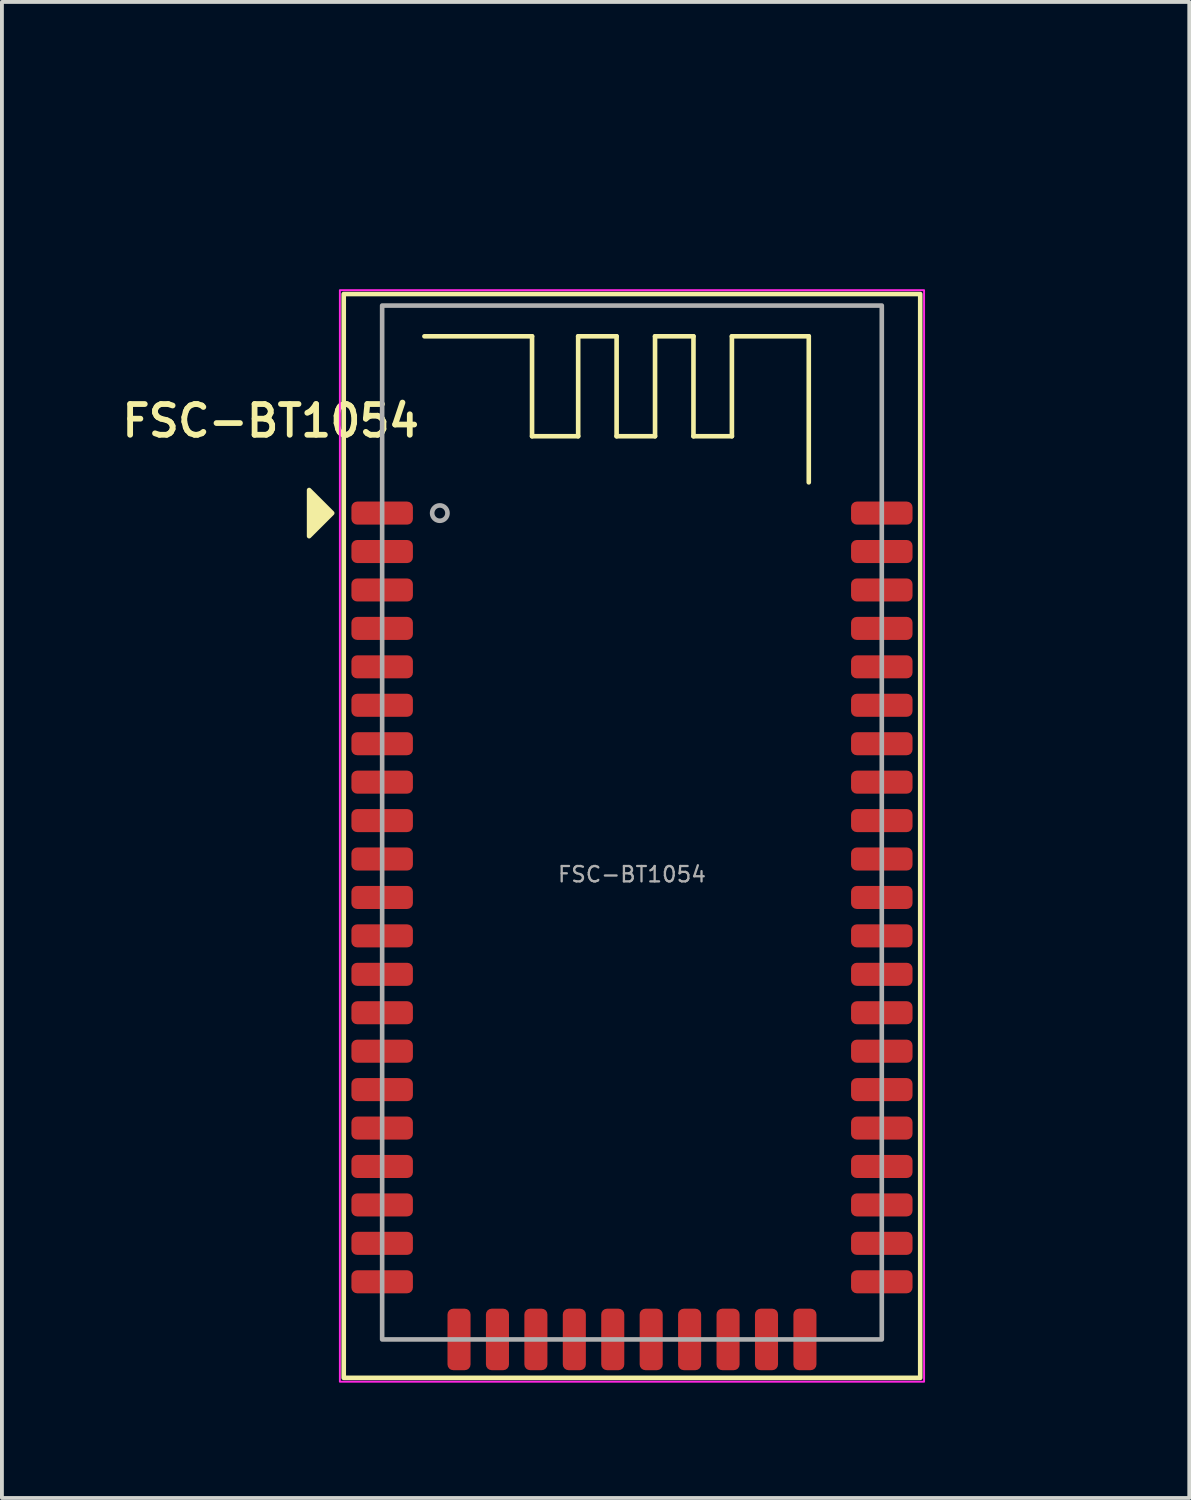
<source format=kicad_pcb>
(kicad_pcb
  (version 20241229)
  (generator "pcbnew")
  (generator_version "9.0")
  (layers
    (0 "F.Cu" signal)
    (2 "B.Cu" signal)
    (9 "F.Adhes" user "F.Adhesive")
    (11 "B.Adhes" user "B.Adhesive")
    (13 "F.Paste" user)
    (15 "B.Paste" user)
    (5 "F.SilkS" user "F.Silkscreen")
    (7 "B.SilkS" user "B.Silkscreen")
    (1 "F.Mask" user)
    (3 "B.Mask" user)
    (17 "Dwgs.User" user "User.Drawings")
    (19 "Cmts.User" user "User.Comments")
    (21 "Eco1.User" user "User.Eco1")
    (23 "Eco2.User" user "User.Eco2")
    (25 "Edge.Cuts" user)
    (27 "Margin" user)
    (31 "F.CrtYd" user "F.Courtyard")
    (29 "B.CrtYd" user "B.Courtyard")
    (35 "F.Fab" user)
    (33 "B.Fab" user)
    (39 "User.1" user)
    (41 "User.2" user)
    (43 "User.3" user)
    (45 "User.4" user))
  (footprint "FSC-BT1054"
    (layer "F.Cu")
    (at 13.393 19.3)
    (property "Reference" "FSC-BT1054" (at -9.4 -11.4 0) (unlocked yes) (layer "F.SilkS") (effects (font (size 0.8 0.8) (thickness 0.15))))
    (attr smd)
    (fp_line (start -2.6 -13.6) (end -5.4 -13.6) (stroke (width 0.12) (type default)) (layer "F.SilkS"))
    (fp_line (start -2.6 -11) (end -2.6 -13.6) (stroke (width 0.12) (type default)) (layer "F.SilkS"))
    (fp_line (start -1.4 -13.6) (end -1.4 -11) (stroke (width 0.12) (type default)) (layer "F.SilkS"))
    (fp_line (start -1.4 -11) (end -2.6 -11) (stroke (width 0.12) (type default)) (layer "F.SilkS"))
    (fp_line (start -0.4 -13.6) (end -1.4 -13.6) (stroke (width 0.12) (type default)) (layer "F.SilkS"))
    (fp_line (start -0.4 -11) (end -0.4 -13.6) (stroke (width 0.12) (type default)) (layer "F.SilkS"))
    (fp_line (start 0.6 -13.6) (end 0.6 -11) (stroke (width 0.12) (type default)) (layer "F.SilkS"))
    (fp_line (start 0.6 -11) (end -0.4 -11) (stroke (width 0.12) (type default)) (layer "F.SilkS"))
    (fp_line (start 1.6 -13.6) (end 0.6 -13.6) (stroke (width 0.12) (type default)) (layer "F.SilkS"))
    (fp_line (start 1.6 -11) (end 1.6 -13.6) (stroke (width 0.12) (type default)) (layer "F.SilkS"))
    (fp_line (start 2.6 -13.6) (end 2.6 -11) (stroke (width 0.12) (type default)) (layer "F.SilkS"))
    (fp_line (start 2.6 -11) (end 1.6 -11) (stroke (width 0.12) (type default)) (layer "F.SilkS"))
    (fp_line (start 4.6 -13.6) (end 2.6 -13.6) (stroke (width 0.12) (type default)) (layer "F.SilkS"))
    (fp_line (start 4.6 -9.8) (end 4.6 -13.6) (stroke (width 0.12) (type default)) (layer "F.SilkS"))
    (fp_rect (start -7.5 -14.7) (end 7.5 13.5) (stroke (width 0.12) (type default)) (fill no) (layer "F.SilkS"))
    (fp_poly (pts (xy -7.8 -9) (xy -8.4 -9.6) (xy -8.4 -8.4)) (stroke (width 0.12) (type solid)) (fill yes) (layer "F.SilkS"))
    (fp_rect (start -7.6 -14.8) (end 7.6 13.6) (stroke (width 0.05) (type default)) (fill no) (layer "F.CrtYd"))
    (fp_rect (start -6.5 -14.4) (end 6.5 12.5) (stroke (width 0.12) (type default)) (fill no) (layer "F.Fab"))
    (fp_circle (center -5 -9) (end -4.8 -9) (stroke (width 0.12) (type solid)) (fill no) (layer "F.Fab"))
    (fp_text user "${REFERENCE}" (at 0 0.4 0) (unlocked yes) (layer "F.Fab") (effects (font (size 0.4 0.4) (thickness 0.06))))
    (pad "1" smd roundrect (at -6.5 -9) (size 1.6 0.6) (layers "F.Cu" "F.Mask" "F.Paste") (roundrect_rratio 0.25))
    (pad "2" smd roundrect (at -6.5 -8) (size 1.6 0.6) (layers "F.Cu" "F.Mask" "F.Paste") (roundrect_rratio 0.25))
    (pad "3" smd roundrect (at -6.5 -7) (size 1.6 0.6) (layers "F.Cu" "F.Mask" "F.Paste") (roundrect_rratio 0.25))
    (pad "4" smd roundrect (at -6.5 -6) (size 1.6 0.6) (layers "F.Cu" "F.Mask" "F.Paste") (roundrect_rratio 0.25))
    (pad "5" smd roundrect (at -6.5 -5) (size 1.6 0.6) (layers "F.Cu" "F.Mask" "F.Paste") (roundrect_rratio 0.25))
    (pad "6" smd roundrect (at -6.5 -4) (size 1.6 0.6) (layers "F.Cu" "F.Mask" "F.Paste") (roundrect_rratio 0.25))
    (pad "7" smd roundrect (at -6.5 -3) (size 1.6 0.6) (layers "F.Cu" "F.Mask" "F.Paste") (roundrect_rratio 0.25))
    (pad "8" smd roundrect (at -6.5 -2) (size 1.6 0.6) (layers "F.Cu" "F.Mask" "F.Paste") (roundrect_rratio 0.25))
    (pad "9" smd roundrect (at -6.5 -1) (size 1.6 0.6) (layers "F.Cu" "F.Mask" "F.Paste") (roundrect_rratio 0.25))
    (pad "10" smd roundrect (at -6.5 0) (size 1.6 0.6) (layers "F.Cu" "F.Mask" "F.Paste") (roundrect_rratio 0.25))
    (pad "11" smd roundrect (at -6.5 1) (size 1.6 0.6) (layers "F.Cu" "F.Mask" "F.Paste") (roundrect_rratio 0.25))
    (pad "12" smd roundrect (at -6.5 2) (size 1.6 0.6) (layers "F.Cu" "F.Mask" "F.Paste") (roundrect_rratio 0.25))
    (pad "13" smd roundrect (at -6.5 3) (size 1.6 0.6) (layers "F.Cu" "F.Mask" "F.Paste") (roundrect_rratio 0.25))
    (pad "14" smd roundrect (at -6.5 4) (size 1.6 0.6) (layers "F.Cu" "F.Mask" "F.Paste") (roundrect_rratio 0.25))
    (pad "15" smd roundrect (at -6.5 5) (size 1.6 0.6) (layers "F.Cu" "F.Mask" "F.Paste") (roundrect_rratio 0.25))
    (pad "16" smd roundrect (at -6.5 6) (size 1.6 0.6) (layers "F.Cu" "F.Mask" "F.Paste") (roundrect_rratio 0.25))
    (pad "17" smd roundrect (at -6.5 7) (size 1.6 0.6) (layers "F.Cu" "F.Mask" "F.Paste") (roundrect_rratio 0.25))
    (pad "18" smd roundrect (at -6.5 8) (size 1.6 0.6) (layers "F.Cu" "F.Mask" "F.Paste") (roundrect_rratio 0.25))
    (pad "19" smd roundrect (at -6.5 9) (size 1.6 0.6) (layers "F.Cu" "F.Mask" "F.Paste") (roundrect_rratio 0.25))
    (pad "20" smd roundrect (at -6.5 10) (size 1.6 0.6) (layers "F.Cu" "F.Mask" "F.Paste") (roundrect_rratio 0.25))
    (pad "21" smd roundrect (at -6.5 11) (size 1.6 0.6) (layers "F.Cu" "F.Mask" "F.Paste") (roundrect_rratio 0.25))
    (pad "22" smd roundrect (at -4.5 12.5 90) (size 1.6 0.6) (layers "F.Cu" "F.Mask" "F.Paste") (roundrect_rratio 0.25))
    (pad "23" smd roundrect (at -3.5 12.5 90) (size 1.6 0.6) (layers "F.Cu" "F.Mask" "F.Paste") (roundrect_rratio 0.25))
    (pad "24" smd roundrect (at -2.5 12.5 90) (size 1.6 0.6) (layers "F.Cu" "F.Mask" "F.Paste") (roundrect_rratio 0.25))
    (pad "25" smd roundrect (at -1.5 12.5 90) (size 1.6 0.6) (layers "F.Cu" "F.Mask" "F.Paste") (roundrect_rratio 0.25))
    (pad "26" smd roundrect (at -0.5 12.5 90) (size 1.6 0.6) (layers "F.Cu" "F.Mask" "F.Paste") (roundrect_rratio 0.25))
    (pad "27" smd roundrect (at 0.5 12.5 90) (size 1.6 0.6) (layers "F.Cu" "F.Mask" "F.Paste") (roundrect_rratio 0.25))
    (pad "28" smd roundrect (at 1.5 12.5 90) (size 1.6 0.6) (layers "F.Cu" "F.Mask" "F.Paste") (roundrect_rratio 0.25))
    (pad "29" smd roundrect (at 2.5 12.5 90) (size 1.6 0.6) (layers "F.Cu" "F.Mask" "F.Paste") (roundrect_rratio 0.25))
    (pad "30" smd roundrect (at 3.5 12.5 90) (size 1.6 0.6) (layers "F.Cu" "F.Mask" "F.Paste") (roundrect_rratio 0.25))
    (pad "31" smd roundrect (at 4.5 12.5 90) (size 1.6 0.6) (layers "F.Cu" "F.Mask" "F.Paste") (roundrect_rratio 0.25))
    (pad "32" smd roundrect (at 6.5 11 180) (size 1.6 0.6) (layers "F.Cu" "F.Mask" "F.Paste") (roundrect_rratio 0.25))
    (pad "33" smd roundrect (at 6.5 10 180) (size 1.6 0.6) (layers "F.Cu" "F.Mask" "F.Paste") (roundrect_rratio 0.25))
    (pad "34" smd roundrect (at 6.5 9 180) (size 1.6 0.6) (layers "F.Cu" "F.Mask" "F.Paste") (roundrect_rratio 0.25))
    (pad "35" smd roundrect (at 6.5 8 180) (size 1.6 0.6) (layers "F.Cu" "F.Mask" "F.Paste") (roundrect_rratio 0.25))
    (pad "36" smd roundrect (at 6.5 7 180) (size 1.6 0.6) (layers "F.Cu" "F.Mask" "F.Paste") (roundrect_rratio 0.25))
    (pad "37" smd roundrect (at 6.5 6 180) (size 1.6 0.6) (layers "F.Cu" "F.Mask" "F.Paste") (roundrect_rratio 0.25))
    (pad "38" smd roundrect (at 6.5 5 180) (size 1.6 0.6) (layers "F.Cu" "F.Mask" "F.Paste") (roundrect_rratio 0.25))
    (pad "39" smd roundrect (at 6.5 4 180) (size 1.6 0.6) (layers "F.Cu" "F.Mask" "F.Paste") (roundrect_rratio 0.25))
    (pad "40" smd roundrect (at 6.5 3 180) (size 1.6 0.6) (layers "F.Cu" "F.Mask" "F.Paste") (roundrect_rratio 0.25))
    (pad "41" smd roundrect (at 6.5 2 180) (size 1.6 0.6) (layers "F.Cu" "F.Mask" "F.Paste") (roundrect_rratio 0.25))
    (pad "42" smd roundrect (at 6.5 1 180) (size 1.6 0.6) (layers "F.Cu" "F.Mask" "F.Paste") (roundrect_rratio 0.25))
    (pad "43" smd roundrect (at 6.5 0 180) (size 1.6 0.6) (layers "F.Cu" "F.Mask" "F.Paste") (roundrect_rratio 0.25))
    (pad "44" smd roundrect (at 6.5 -1 180) (size 1.6 0.6) (layers "F.Cu" "F.Mask" "F.Paste") (roundrect_rratio 0.25))
    (pad "45" smd roundrect (at 6.5 -2 180) (size 1.6 0.6) (layers "F.Cu" "F.Mask" "F.Paste") (roundrect_rratio 0.25))
    (pad "46" smd roundrect (at 6.5 -3 180) (size 1.6 0.6) (layers "F.Cu" "F.Mask" "F.Paste") (roundrect_rratio 0.25))
    (pad "47" smd roundrect (at 6.5 -4 180) (size 1.6 0.6) (layers "F.Cu" "F.Mask" "F.Paste") (roundrect_rratio 0.25))
    (pad "48" smd roundrect (at 6.5 -5 180) (size 1.6 0.6) (layers "F.Cu" "F.Mask" "F.Paste") (roundrect_rratio 0.25))
    (pad "49" smd roundrect (at 6.5 -6 180) (size 1.6 0.6) (layers "F.Cu" "F.Mask" "F.Paste") (roundrect_rratio 0.25))
    (pad "50" smd roundrect (at 6.5 -7 180) (size 1.6 0.6) (layers "F.Cu" "F.Mask" "F.Paste") (roundrect_rratio 0.25))
    (pad "51" smd roundrect (at 6.5 -8 180) (size 1.6 0.6) (layers "F.Cu" "F.Mask" "F.Paste") (roundrect_rratio 0.25))
    (pad "52" smd roundrect (at 6.5 -9 180) (size 1.6 0.6) (layers "F.Cu" "F.Mask" "F.Paste") (roundrect_rratio 0.25))
    (zone (net_name "") (layers "F.Cu" "B.Cu") (name "Antenna") (hatch edge 0.5) (connect_pads) (min_thickness 0.25) (filled_areas_thickness no) (keepout (tracks not_allowed) (vias not_allowed) (pads not_allowed) (copperpour not_allowed) (footprints not_allowed)) (placement (enabled no)) (fill) (polygon (pts (xy 24.893 10) (xy 24.893 0) (xy 1.893 0) (xy 1.893 10)))))
  (gr_rect
    (start -3 -3)
    (end 27.893 35.925)
    (stroke (width 0.1) (type default))
    (fill no)
    (layer "Edge.Cuts")))
</source>
